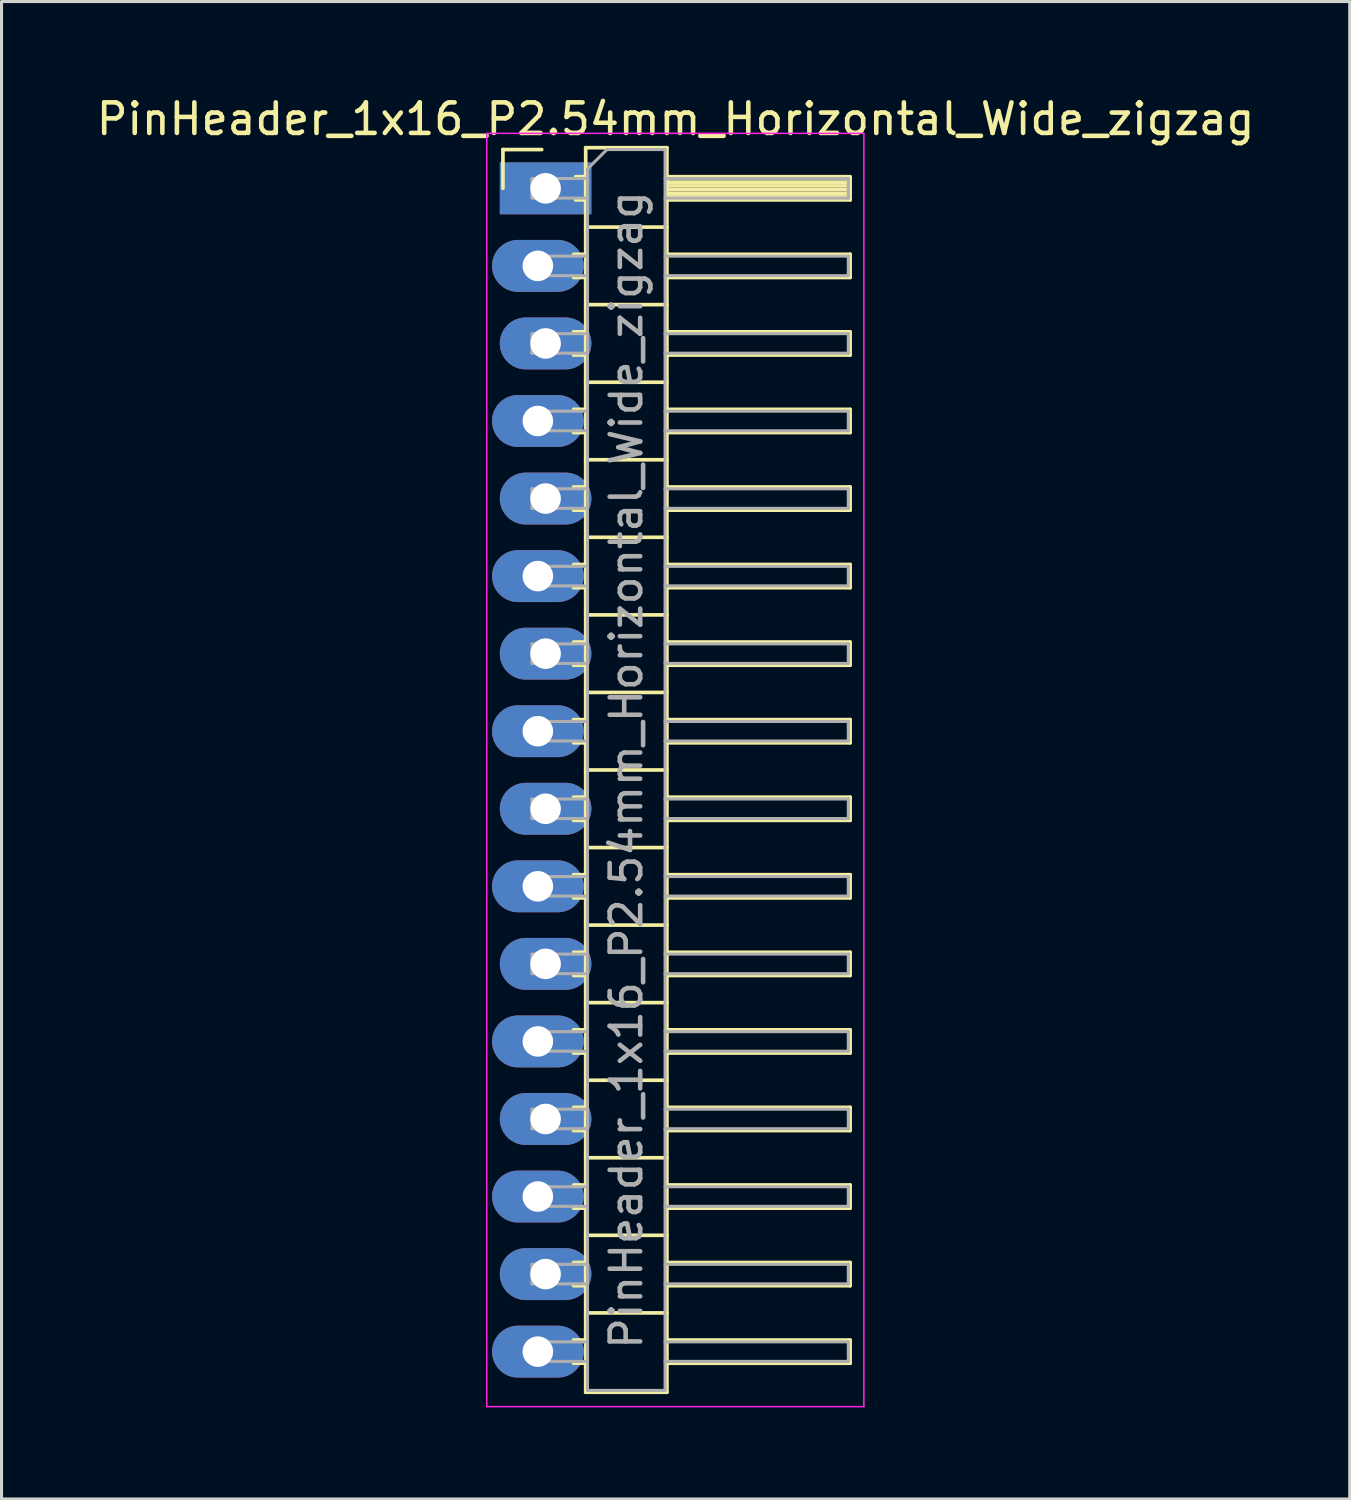
<source format=kicad_pcb>
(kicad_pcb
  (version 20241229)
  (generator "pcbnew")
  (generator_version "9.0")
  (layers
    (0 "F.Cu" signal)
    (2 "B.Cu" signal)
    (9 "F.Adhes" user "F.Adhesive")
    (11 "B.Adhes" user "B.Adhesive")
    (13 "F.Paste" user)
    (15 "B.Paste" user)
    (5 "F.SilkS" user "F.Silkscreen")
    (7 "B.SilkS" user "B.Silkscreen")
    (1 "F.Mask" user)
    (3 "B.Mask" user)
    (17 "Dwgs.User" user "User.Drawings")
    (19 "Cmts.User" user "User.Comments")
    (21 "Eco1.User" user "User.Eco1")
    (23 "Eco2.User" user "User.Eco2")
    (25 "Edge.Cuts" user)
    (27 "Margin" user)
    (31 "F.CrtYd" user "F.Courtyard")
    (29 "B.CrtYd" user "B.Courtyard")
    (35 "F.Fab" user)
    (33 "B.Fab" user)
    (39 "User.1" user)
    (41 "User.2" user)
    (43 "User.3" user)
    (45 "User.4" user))
  (footprint "PinHeader_1x16_P2.54mm_Horizontal_Wide_zigzag"
    (layer "F.Cu")
    (at 14.692 3.118)
    (property "Reference" "PinHeader_1x16_P2.54mm_Horizontal_Wide_zigzag" (at 4.385 -2.27 0) (layer "F.SilkS") (effects (font (size 1 1) (thickness 0.15))))
    (attr through_hole)
    (fp_line (start -1.27 -1.27) (end 0 -1.27) (stroke (width 0.12) (type solid)) (layer "F.SilkS"))
    (fp_line (start -1.27 0) (end -1.27 -1.27) (stroke (width 0.12) (type solid)) (layer "F.SilkS"))
    (fp_line (start 1.043 2.16) (end 1.44 2.16) (stroke (width 0.12) (type solid)) (layer "F.SilkS"))
    (fp_line (start 1.043 2.92) (end 1.44 2.92) (stroke (width 0.12) (type solid)) (layer "F.SilkS"))
    (fp_line (start 1.043 4.7) (end 1.44 4.7) (stroke (width 0.12) (type solid)) (layer "F.SilkS"))
    (fp_line (start 1.043 5.46) (end 1.44 5.46) (stroke (width 0.12) (type solid)) (layer "F.SilkS"))
    (fp_line (start 1.043 7.24) (end 1.44 7.24) (stroke (width 0.12) (type solid)) (layer "F.SilkS"))
    (fp_line (start 1.043 8) (end 1.44 8) (stroke (width 0.12) (type solid)) (layer "F.SilkS"))
    (fp_line (start 1.043 9.78) (end 1.44 9.78) (stroke (width 0.12) (type solid)) (layer "F.SilkS"))
    (fp_line (start 1.043 10.54) (end 1.44 10.54) (stroke (width 0.12) (type solid)) (layer "F.SilkS"))
    (fp_line (start 1.043 12.32) (end 1.44 12.32) (stroke (width 0.12) (type solid)) (layer "F.SilkS"))
    (fp_line (start 1.043 13.08) (end 1.44 13.08) (stroke (width 0.12) (type solid)) (layer "F.SilkS"))
    (fp_line (start 1.043 14.86) (end 1.44 14.86) (stroke (width 0.12) (type solid)) (layer "F.SilkS"))
    (fp_line (start 1.043 15.62) (end 1.44 15.62) (stroke (width 0.12) (type solid)) (layer "F.SilkS"))
    (fp_line (start 1.043 17.4) (end 1.44 17.4) (stroke (width 0.12) (type solid)) (layer "F.SilkS"))
    (fp_line (start 1.043 18.16) (end 1.44 18.16) (stroke (width 0.12) (type solid)) (layer "F.SilkS"))
    (fp_line (start 1.043 19.94) (end 1.44 19.94) (stroke (width 0.12) (type solid)) (layer "F.SilkS"))
    (fp_line (start 1.043 20.7) (end 1.44 20.7) (stroke (width 0.12) (type solid)) (layer "F.SilkS"))
    (fp_line (start 1.043 22.48) (end 1.44 22.48) (stroke (width 0.12) (type solid)) (layer "F.SilkS"))
    (fp_line (start 1.043 23.24) (end 1.44 23.24) (stroke (width 0.12) (type solid)) (layer "F.SilkS"))
    (fp_line (start 1.043 25.02) (end 1.44 25.02) (stroke (width 0.12) (type solid)) (layer "F.SilkS"))
    (fp_line (start 1.043 25.78) (end 1.44 25.78) (stroke (width 0.12) (type solid)) (layer "F.SilkS"))
    (fp_line (start 1.043 27.56) (end 1.44 27.56) (stroke (width 0.12) (type solid)) (layer "F.SilkS"))
    (fp_line (start 1.043 28.32) (end 1.44 28.32) (stroke (width 0.12) (type solid)) (layer "F.SilkS"))
    (fp_line (start 1.043 30.1) (end 1.44 30.1) (stroke (width 0.12) (type solid)) (layer "F.SilkS"))
    (fp_line (start 1.043 30.86) (end 1.44 30.86) (stroke (width 0.12) (type solid)) (layer "F.SilkS"))
    (fp_line (start 1.043 32.64) (end 1.44 32.64) (stroke (width 0.12) (type solid)) (layer "F.SilkS"))
    (fp_line (start 1.043 33.4) (end 1.44 33.4) (stroke (width 0.12) (type solid)) (layer "F.SilkS"))
    (fp_line (start 1.043 35.18) (end 1.44 35.18) (stroke (width 0.12) (type solid)) (layer "F.SilkS"))
    (fp_line (start 1.043 35.94) (end 1.44 35.94) (stroke (width 0.12) (type solid)) (layer "F.SilkS"))
    (fp_line (start 1.043 37.72) (end 1.44 37.72) (stroke (width 0.12) (type solid)) (layer "F.SilkS"))
    (fp_line (start 1.043 38.48) (end 1.44 38.48) (stroke (width 0.12) (type solid)) (layer "F.SilkS"))
    (fp_line (start 1.11 -0.38) (end 1.44 -0.38) (stroke (width 0.12) (type solid)) (layer "F.SilkS"))
    (fp_line (start 1.11 0.38) (end 1.44 0.38) (stroke (width 0.12) (type solid)) (layer "F.SilkS"))
    (fp_line (start 1.44 -1.33) (end 1.44 39.43) (stroke (width 0.12) (type solid)) (layer "F.SilkS"))
    (fp_line (start 1.44 1.27) (end 4.1 1.27) (stroke (width 0.12) (type solid)) (layer "F.SilkS"))
    (fp_line (start 1.44 3.81) (end 4.1 3.81) (stroke (width 0.12) (type solid)) (layer "F.SilkS"))
    (fp_line (start 1.44 6.35) (end 4.1 6.35) (stroke (width 0.12) (type solid)) (layer "F.SilkS"))
    (fp_line (start 1.44 8.89) (end 4.1 8.89) (stroke (width 0.12) (type solid)) (layer "F.SilkS"))
    (fp_line (start 1.44 11.43) (end 4.1 11.43) (stroke (width 0.12) (type solid)) (layer "F.SilkS"))
    (fp_line (start 1.44 13.97) (end 4.1 13.97) (stroke (width 0.12) (type solid)) (layer "F.SilkS"))
    (fp_line (start 1.44 16.51) (end 4.1 16.51) (stroke (width 0.12) (type solid)) (layer "F.SilkS"))
    (fp_line (start 1.44 19.05) (end 4.1 19.05) (stroke (width 0.12) (type solid)) (layer "F.SilkS"))
    (fp_line (start 1.44 21.59) (end 4.1 21.59) (stroke (width 0.12) (type solid)) (layer "F.SilkS"))
    (fp_line (start 1.44 24.13) (end 4.1 24.13) (stroke (width 0.12) (type solid)) (layer "F.SilkS"))
    (fp_line (start 1.44 26.67) (end 4.1 26.67) (stroke (width 0.12) (type solid)) (layer "F.SilkS"))
    (fp_line (start 1.44 29.21) (end 4.1 29.21) (stroke (width 0.12) (type solid)) (layer "F.SilkS"))
    (fp_line (start 1.44 31.75) (end 4.1 31.75) (stroke (width 0.12) (type solid)) (layer "F.SilkS"))
    (fp_line (start 1.44 34.29) (end 4.1 34.29) (stroke (width 0.12) (type solid)) (layer "F.SilkS"))
    (fp_line (start 1.44 36.83) (end 4.1 36.83) (stroke (width 0.12) (type solid)) (layer "F.SilkS"))
    (fp_line (start 1.44 39.43) (end 4.1 39.43) (stroke (width 0.12) (type solid)) (layer "F.SilkS"))
    (fp_line (start 4.1 -1.33) (end 1.44 -1.33) (stroke (width 0.12) (type solid)) (layer "F.SilkS"))
    (fp_line (start 4.1 -0.38) (end 10.1 -0.38) (stroke (width 0.12) (type solid)) (layer "F.SilkS"))
    (fp_line (start 4.1 -0.32) (end 10.1 -0.32) (stroke (width 0.12) (type solid)) (layer "F.SilkS"))
    (fp_line (start 4.1 -0.2) (end 10.1 -0.2) (stroke (width 0.12) (type solid)) (layer "F.SilkS"))
    (fp_line (start 4.1 -0.08) (end 10.1 -0.08) (stroke (width 0.12) (type solid)) (layer "F.SilkS"))
    (fp_line (start 4.1 0.04) (end 10.1 0.04) (stroke (width 0.12) (type solid)) (layer "F.SilkS"))
    (fp_line (start 4.1 0.16) (end 10.1 0.16) (stroke (width 0.12) (type solid)) (layer "F.SilkS"))
    (fp_line (start 4.1 0.28) (end 10.1 0.28) (stroke (width 0.12) (type solid)) (layer "F.SilkS"))
    (fp_line (start 4.1 2.16) (end 10.1 2.16) (stroke (width 0.12) (type solid)) (layer "F.SilkS"))
    (fp_line (start 4.1 4.7) (end 10.1 4.7) (stroke (width 0.12) (type solid)) (layer "F.SilkS"))
    (fp_line (start 4.1 7.24) (end 10.1 7.24) (stroke (width 0.12) (type solid)) (layer "F.SilkS"))
    (fp_line (start 4.1 9.78) (end 10.1 9.78) (stroke (width 0.12) (type solid)) (layer "F.SilkS"))
    (fp_line (start 4.1 12.32) (end 10.1 12.32) (stroke (width 0.12) (type solid)) (layer "F.SilkS"))
    (fp_line (start 4.1 14.86) (end 10.1 14.86) (stroke (width 0.12) (type solid)) (layer "F.SilkS"))
    (fp_line (start 4.1 17.4) (end 10.1 17.4) (stroke (width 0.12) (type solid)) (layer "F.SilkS"))
    (fp_line (start 4.1 19.94) (end 10.1 19.94) (stroke (width 0.12) (type solid)) (layer "F.SilkS"))
    (fp_line (start 4.1 22.48) (end 10.1 22.48) (stroke (width 0.12) (type solid)) (layer "F.SilkS"))
    (fp_line (start 4.1 25.02) (end 10.1 25.02) (stroke (width 0.12) (type solid)) (layer "F.SilkS"))
    (fp_line (start 4.1 27.56) (end 10.1 27.56) (stroke (width 0.12) (type solid)) (layer "F.SilkS"))
    (fp_line (start 4.1 30.1) (end 10.1 30.1) (stroke (width 0.12) (type solid)) (layer "F.SilkS"))
    (fp_line (start 4.1 32.64) (end 10.1 32.64) (stroke (width 0.12) (type solid)) (layer "F.SilkS"))
    (fp_line (start 4.1 35.18) (end 10.1 35.18) (stroke (width 0.12) (type solid)) (layer "F.SilkS"))
    (fp_line (start 4.1 37.72) (end 10.1 37.72) (stroke (width 0.12) (type solid)) (layer "F.SilkS"))
    (fp_line (start 4.1 39.43) (end 4.1 -1.33) (stroke (width 0.12) (type solid)) (layer "F.SilkS"))
    (fp_line (start 10.1 -0.38) (end 10.1 0.38) (stroke (width 0.12) (type solid)) (layer "F.SilkS"))
    (fp_line (start 10.1 0.38) (end 4.1 0.38) (stroke (width 0.12) (type solid)) (layer "F.SilkS"))
    (fp_line (start 10.1 2.16) (end 10.1 2.92) (stroke (width 0.12) (type solid)) (layer "F.SilkS"))
    (fp_line (start 10.1 2.92) (end 4.1 2.92) (stroke (width 0.12) (type solid)) (layer "F.SilkS"))
    (fp_line (start 10.1 4.7) (end 10.1 5.46) (stroke (width 0.12) (type solid)) (layer "F.SilkS"))
    (fp_line (start 10.1 5.46) (end 4.1 5.46) (stroke (width 0.12) (type solid)) (layer "F.SilkS"))
    (fp_line (start 10.1 7.24) (end 10.1 8) (stroke (width 0.12) (type solid)) (layer "F.SilkS"))
    (fp_line (start 10.1 8) (end 4.1 8) (stroke (width 0.12) (type solid)) (layer "F.SilkS"))
    (fp_line (start 10.1 9.78) (end 10.1 10.54) (stroke (width 0.12) (type solid)) (layer "F.SilkS"))
    (fp_line (start 10.1 10.54) (end 4.1 10.54) (stroke (width 0.12) (type solid)) (layer "F.SilkS"))
    (fp_line (start 10.1 12.32) (end 10.1 13.08) (stroke (width 0.12) (type solid)) (layer "F.SilkS"))
    (fp_line (start 10.1 13.08) (end 4.1 13.08) (stroke (width 0.12) (type solid)) (layer "F.SilkS"))
    (fp_line (start 10.1 14.86) (end 10.1 15.62) (stroke (width 0.12) (type solid)) (layer "F.SilkS"))
    (fp_line (start 10.1 15.62) (end 4.1 15.62) (stroke (width 0.12) (type solid)) (layer "F.SilkS"))
    (fp_line (start 10.1 17.4) (end 10.1 18.16) (stroke (width 0.12) (type solid)) (layer "F.SilkS"))
    (fp_line (start 10.1 18.16) (end 4.1 18.16) (stroke (width 0.12) (type solid)) (layer "F.SilkS"))
    (fp_line (start 10.1 19.94) (end 10.1 20.7) (stroke (width 0.12) (type solid)) (layer "F.SilkS"))
    (fp_line (start 10.1 20.7) (end 4.1 20.7) (stroke (width 0.12) (type solid)) (layer "F.SilkS"))
    (fp_line (start 10.1 22.48) (end 10.1 23.24) (stroke (width 0.12) (type solid)) (layer "F.SilkS"))
    (fp_line (start 10.1 23.24) (end 4.1 23.24) (stroke (width 0.12) (type solid)) (layer "F.SilkS"))
    (fp_line (start 10.1 25.02) (end 10.1 25.78) (stroke (width 0.12) (type solid)) (layer "F.SilkS"))
    (fp_line (start 10.1 25.78) (end 4.1 25.78) (stroke (width 0.12) (type solid)) (layer "F.SilkS"))
    (fp_line (start 10.1 27.56) (end 10.1 28.32) (stroke (width 0.12) (type solid)) (layer "F.SilkS"))
    (fp_line (start 10.1 28.32) (end 4.1 28.32) (stroke (width 0.12) (type solid)) (layer "F.SilkS"))
    (fp_line (start 10.1 30.1) (end 10.1 30.86) (stroke (width 0.12) (type solid)) (layer "F.SilkS"))
    (fp_line (start 10.1 30.86) (end 4.1 30.86) (stroke (width 0.12) (type solid)) (layer "F.SilkS"))
    (fp_line (start 10.1 32.64) (end 10.1 33.4) (stroke (width 0.12) (type solid)) (layer "F.SilkS"))
    (fp_line (start 10.1 33.4) (end 4.1 33.4) (stroke (width 0.12) (type solid)) (layer "F.SilkS"))
    (fp_line (start 10.1 35.18) (end 10.1 35.94) (stroke (width 0.12) (type solid)) (layer "F.SilkS"))
    (fp_line (start 10.1 35.94) (end 4.1 35.94) (stroke (width 0.12) (type solid)) (layer "F.SilkS"))
    (fp_line (start 10.1 37.72) (end 10.1 38.48) (stroke (width 0.12) (type solid)) (layer "F.SilkS"))
    (fp_line (start 10.1 38.48) (end 4.1 38.48) (stroke (width 0.12) (type solid)) (layer "F.SilkS"))
    (fp_line (start -1.8 -1.8) (end -1.8 39.9) (stroke (width 0.05) (type solid)) (layer "F.CrtYd"))
    (fp_line (start -1.8 39.9) (end 10.55 39.9) (stroke (width 0.05) (type solid)) (layer "F.CrtYd"))
    (fp_line (start 10.55 -1.8) (end -1.8 -1.8) (stroke (width 0.05) (type solid)) (layer "F.CrtYd"))
    (fp_line (start 10.55 39.9) (end 10.55 -1.8) (stroke (width 0.05) (type solid)) (layer "F.CrtYd"))
    (fp_line (start -0.32 -0.32) (end -0.32 0.32) (stroke (width 0.1) (type solid)) (layer "F.Fab"))
    (fp_line (start -0.32 -0.32) (end 1.5 -0.32) (stroke (width 0.1) (type solid)) (layer "F.Fab"))
    (fp_line (start -0.32 0.32) (end 1.5 0.32) (stroke (width 0.1) (type solid)) (layer "F.Fab"))
    (fp_line (start -0.32 2.22) (end -0.32 2.86) (stroke (width 0.1) (type solid)) (layer "F.Fab"))
    (fp_line (start -0.32 2.22) (end 1.5 2.22) (stroke (width 0.1) (type solid)) (layer "F.Fab"))
    (fp_line (start -0.32 2.86) (end 1.5 2.86) (stroke (width 0.1) (type solid)) (layer "F.Fab"))
    (fp_line (start -0.32 4.76) (end -0.32 5.4) (stroke (width 0.1) (type solid)) (layer "F.Fab"))
    (fp_line (start -0.32 4.76) (end 1.5 4.76) (stroke (width 0.1) (type solid)) (layer "F.Fab"))
    (fp_line (start -0.32 5.4) (end 1.5 5.4) (stroke (width 0.1) (type solid)) (layer "F.Fab"))
    (fp_line (start -0.32 7.3) (end -0.32 7.94) (stroke (width 0.1) (type solid)) (layer "F.Fab"))
    (fp_line (start -0.32 7.3) (end 1.5 7.3) (stroke (width 0.1) (type solid)) (layer "F.Fab"))
    (fp_line (start -0.32 7.94) (end 1.5 7.94) (stroke (width 0.1) (type solid)) (layer "F.Fab"))
    (fp_line (start -0.32 9.84) (end -0.32 10.48) (stroke (width 0.1) (type solid)) (layer "F.Fab"))
    (fp_line (start -0.32 9.84) (end 1.5 9.84) (stroke (width 0.1) (type solid)) (layer "F.Fab"))
    (fp_line (start -0.32 10.48) (end 1.5 10.48) (stroke (width 0.1) (type solid)) (layer "F.Fab"))
    (fp_line (start -0.32 12.38) (end -0.32 13.02) (stroke (width 0.1) (type solid)) (layer "F.Fab"))
    (fp_line (start -0.32 12.38) (end 1.5 12.38) (stroke (width 0.1) (type solid)) (layer "F.Fab"))
    (fp_line (start -0.32 13.02) (end 1.5 13.02) (stroke (width 0.1) (type solid)) (layer "F.Fab"))
    (fp_line (start -0.32 14.92) (end -0.32 15.56) (stroke (width 0.1) (type solid)) (layer "F.Fab"))
    (fp_line (start -0.32 14.92) (end 1.5 14.92) (stroke (width 0.1) (type solid)) (layer "F.Fab"))
    (fp_line (start -0.32 15.56) (end 1.5 15.56) (stroke (width 0.1) (type solid)) (layer "F.Fab"))
    (fp_line (start -0.32 17.46) (end -0.32 18.1) (stroke (width 0.1) (type solid)) (layer "F.Fab"))
    (fp_line (start -0.32 17.46) (end 1.5 17.46) (stroke (width 0.1) (type solid)) (layer "F.Fab"))
    (fp_line (start -0.32 18.1) (end 1.5 18.1) (stroke (width 0.1) (type solid)) (layer "F.Fab"))
    (fp_line (start -0.32 20) (end -0.32 20.64) (stroke (width 0.1) (type solid)) (layer "F.Fab"))
    (fp_line (start -0.32 20) (end 1.5 20) (stroke (width 0.1) (type solid)) (layer "F.Fab"))
    (fp_line (start -0.32 20.64) (end 1.5 20.64) (stroke (width 0.1) (type solid)) (layer "F.Fab"))
    (fp_line (start -0.32 22.54) (end -0.32 23.18) (stroke (width 0.1) (type solid)) (layer "F.Fab"))
    (fp_line (start -0.32 22.54) (end 1.5 22.54) (stroke (width 0.1) (type solid)) (layer "F.Fab"))
    (fp_line (start -0.32 23.18) (end 1.5 23.18) (stroke (width 0.1) (type solid)) (layer "F.Fab"))
    (fp_line (start -0.32 25.08) (end -0.32 25.72) (stroke (width 0.1) (type solid)) (layer "F.Fab"))
    (fp_line (start -0.32 25.08) (end 1.5 25.08) (stroke (width 0.1) (type solid)) (layer "F.Fab"))
    (fp_line (start -0.32 25.72) (end 1.5 25.72) (stroke (width 0.1) (type solid)) (layer "F.Fab"))
    (fp_line (start -0.32 27.62) (end -0.32 28.26) (stroke (width 0.1) (type solid)) (layer "F.Fab"))
    (fp_line (start -0.32 27.62) (end 1.5 27.62) (stroke (width 0.1) (type solid)) (layer "F.Fab"))
    (fp_line (start -0.32 28.26) (end 1.5 28.26) (stroke (width 0.1) (type solid)) (layer "F.Fab"))
    (fp_line (start -0.32 30.16) (end -0.32 30.8) (stroke (width 0.1) (type solid)) (layer "F.Fab"))
    (fp_line (start -0.32 30.16) (end 1.5 30.16) (stroke (width 0.1) (type solid)) (layer "F.Fab"))
    (fp_line (start -0.32 30.8) (end 1.5 30.8) (stroke (width 0.1) (type solid)) (layer "F.Fab"))
    (fp_line (start -0.32 32.7) (end -0.32 33.34) (stroke (width 0.1) (type solid)) (layer "F.Fab"))
    (fp_line (start -0.32 32.7) (end 1.5 32.7) (stroke (width 0.1) (type solid)) (layer "F.Fab"))
    (fp_line (start -0.32 33.34) (end 1.5 33.34) (stroke (width 0.1) (type solid)) (layer "F.Fab"))
    (fp_line (start -0.32 35.24) (end -0.32 35.88) (stroke (width 0.1) (type solid)) (layer "F.Fab"))
    (fp_line (start -0.32 35.24) (end 1.5 35.24) (stroke (width 0.1) (type solid)) (layer "F.Fab"))
    (fp_line (start -0.32 35.88) (end 1.5 35.88) (stroke (width 0.1) (type solid)) (layer "F.Fab"))
    (fp_line (start -0.32 37.78) (end -0.32 38.42) (stroke (width 0.1) (type solid)) (layer "F.Fab"))
    (fp_line (start -0.32 37.78) (end 1.5 37.78) (stroke (width 0.1) (type solid)) (layer "F.Fab"))
    (fp_line (start -0.32 38.42) (end 1.5 38.42) (stroke (width 0.1) (type solid)) (layer "F.Fab"))
    (fp_line (start 1.5 -0.635) (end 2.135 -1.27) (stroke (width 0.1) (type solid)) (layer "F.Fab"))
    (fp_line (start 1.5 39.37) (end 1.5 -0.635) (stroke (width 0.1) (type solid)) (layer "F.Fab"))
    (fp_line (start 2.135 -1.27) (end 4.04 -1.27) (stroke (width 0.1) (type solid)) (layer "F.Fab"))
    (fp_line (start 4.04 -1.27) (end 4.04 39.37) (stroke (width 0.1) (type solid)) (layer "F.Fab"))
    (fp_line (start 4.04 -0.32) (end 10.04 -0.32) (stroke (width 0.1) (type solid)) (layer "F.Fab"))
    (fp_line (start 4.04 0.32) (end 10.04 0.32) (stroke (width 0.1) (type solid)) (layer "F.Fab"))
    (fp_line (start 4.04 2.22) (end 10.04 2.22) (stroke (width 0.1) (type solid)) (layer "F.Fab"))
    (fp_line (start 4.04 2.86) (end 10.04 2.86) (stroke (width 0.1) (type solid)) (layer "F.Fab"))
    (fp_line (start 4.04 4.76) (end 10.04 4.76) (stroke (width 0.1) (type solid)) (layer "F.Fab"))
    (fp_line (start 4.04 5.4) (end 10.04 5.4) (stroke (width 0.1) (type solid)) (layer "F.Fab"))
    (fp_line (start 4.04 7.3) (end 10.04 7.3) (stroke (width 0.1) (type solid)) (layer "F.Fab"))
    (fp_line (start 4.04 7.94) (end 10.04 7.94) (stroke (width 0.1) (type solid)) (layer "F.Fab"))
    (fp_line (start 4.04 9.84) (end 10.04 9.84) (stroke (width 0.1) (type solid)) (layer "F.Fab"))
    (fp_line (start 4.04 10.48) (end 10.04 10.48) (stroke (width 0.1) (type solid)) (layer "F.Fab"))
    (fp_line (start 4.04 12.38) (end 10.04 12.38) (stroke (width 0.1) (type solid)) (layer "F.Fab"))
    (fp_line (start 4.04 13.02) (end 10.04 13.02) (stroke (width 0.1) (type solid)) (layer "F.Fab"))
    (fp_line (start 4.04 14.92) (end 10.04 14.92) (stroke (width 0.1) (type solid)) (layer "F.Fab"))
    (fp_line (start 4.04 15.56) (end 10.04 15.56) (stroke (width 0.1) (type solid)) (layer "F.Fab"))
    (fp_line (start 4.04 17.46) (end 10.04 17.46) (stroke (width 0.1) (type solid)) (layer "F.Fab"))
    (fp_line (start 4.04 18.1) (end 10.04 18.1) (stroke (width 0.1) (type solid)) (layer "F.Fab"))
    (fp_line (start 4.04 20) (end 10.04 20) (stroke (width 0.1) (type solid)) (layer "F.Fab"))
    (fp_line (start 4.04 20.64) (end 10.04 20.64) (stroke (width 0.1) (type solid)) (layer "F.Fab"))
    (fp_line (start 4.04 22.54) (end 10.04 22.54) (stroke (width 0.1) (type solid)) (layer "F.Fab"))
    (fp_line (start 4.04 23.18) (end 10.04 23.18) (stroke (width 0.1) (type solid)) (layer "F.Fab"))
    (fp_line (start 4.04 25.08) (end 10.04 25.08) (stroke (width 0.1) (type solid)) (layer "F.Fab"))
    (fp_line (start 4.04 25.72) (end 10.04 25.72) (stroke (width 0.1) (type solid)) (layer "F.Fab"))
    (fp_line (start 4.04 27.62) (end 10.04 27.62) (stroke (width 0.1) (type solid)) (layer "F.Fab"))
    (fp_line (start 4.04 28.26) (end 10.04 28.26) (stroke (width 0.1) (type solid)) (layer "F.Fab"))
    (fp_line (start 4.04 30.16) (end 10.04 30.16) (stroke (width 0.1) (type solid)) (layer "F.Fab"))
    (fp_line (start 4.04 30.8) (end 10.04 30.8) (stroke (width 0.1) (type solid)) (layer "F.Fab"))
    (fp_line (start 4.04 32.7) (end 10.04 32.7) (stroke (width 0.1) (type solid)) (layer "F.Fab"))
    (fp_line (start 4.04 33.34) (end 10.04 33.34) (stroke (width 0.1) (type solid)) (layer "F.Fab"))
    (fp_line (start 4.04 35.24) (end 10.04 35.24) (stroke (width 0.1) (type solid)) (layer "F.Fab"))
    (fp_line (start 4.04 35.88) (end 10.04 35.88) (stroke (width 0.1) (type solid)) (layer "F.Fab"))
    (fp_line (start 4.04 37.78) (end 10.04 37.78) (stroke (width 0.1) (type solid)) (layer "F.Fab"))
    (fp_line (start 4.04 38.42) (end 10.04 38.42) (stroke (width 0.1) (type solid)) (layer "F.Fab"))
    (fp_line (start 4.04 39.37) (end 1.5 39.37) (stroke (width 0.1) (type solid)) (layer "F.Fab"))
    (fp_line (start 10.04 -0.32) (end 10.04 0.32) (stroke (width 0.1) (type solid)) (layer "F.Fab"))
    (fp_line (start 10.04 2.22) (end 10.04 2.86) (stroke (width 0.1) (type solid)) (layer "F.Fab"))
    (fp_line (start 10.04 4.76) (end 10.04 5.4) (stroke (width 0.1) (type solid)) (layer "F.Fab"))
    (fp_line (start 10.04 7.3) (end 10.04 7.94) (stroke (width 0.1) (type solid)) (layer "F.Fab"))
    (fp_line (start 10.04 9.84) (end 10.04 10.48) (stroke (width 0.1) (type solid)) (layer "F.Fab"))
    (fp_line (start 10.04 12.38) (end 10.04 13.02) (stroke (width 0.1) (type solid)) (layer "F.Fab"))
    (fp_line (start 10.04 14.92) (end 10.04 15.56) (stroke (width 0.1) (type solid)) (layer "F.Fab"))
    (fp_line (start 10.04 17.46) (end 10.04 18.1) (stroke (width 0.1) (type solid)) (layer "F.Fab"))
    (fp_line (start 10.04 20) (end 10.04 20.64) (stroke (width 0.1) (type solid)) (layer "F.Fab"))
    (fp_line (start 10.04 22.54) (end 10.04 23.18) (stroke (width 0.1) (type solid)) (layer "F.Fab"))
    (fp_line (start 10.04 25.08) (end 10.04 25.72) (stroke (width 0.1) (type solid)) (layer "F.Fab"))
    (fp_line (start 10.04 27.62) (end 10.04 28.26) (stroke (width 0.1) (type solid)) (layer "F.Fab"))
    (fp_line (start 10.04 30.16) (end 10.04 30.8) (stroke (width 0.1) (type solid)) (layer "F.Fab"))
    (fp_line (start 10.04 32.7) (end 10.04 33.34) (stroke (width 0.1) (type solid)) (layer "F.Fab"))
    (fp_line (start 10.04 35.24) (end 10.04 35.88) (stroke (width 0.1) (type solid)) (layer "F.Fab"))
    (fp_line (start 10.04 37.78) (end 10.04 38.42) (stroke (width 0.1) (type solid)) (layer "F.Fab"))
    (fp_text user "${REFERENCE}" (at 2.77 19.05 90) (layer "F.Fab") (effects (font (size 1 1) (thickness 0.15))))
    (pad "1" thru_hole rect (at 0.127 0) (size 3 1.7) (drill 1) (layers "*.Cu" "*.Mask"))
    (pad "2" thru_hole oval (at -0.127 2.54) (size 3 1.7) (drill 1) (layers "*.Cu" "*.Mask"))
    (pad "3" thru_hole oval (at 0.127 5.08) (size 3 1.7) (drill 1) (layers "*.Cu" "*.Mask"))
    (pad "4" thru_hole oval (at -0.127 7.62) (size 3 1.7) (drill 1) (layers "*.Cu" "*.Mask"))
    (pad "5" thru_hole oval (at 0.127 10.16) (size 3 1.7) (drill 1) (layers "*.Cu" "*.Mask"))
    (pad "6" thru_hole oval (at -0.127 12.7) (size 3 1.7) (drill 1) (layers "*.Cu" "*.Mask"))
    (pad "7" thru_hole oval (at 0.127 15.24) (size 3 1.7) (drill 1) (layers "*.Cu" "*.Mask"))
    (pad "8" thru_hole oval (at -0.127 17.78) (size 3 1.7) (drill 1) (layers "*.Cu" "*.Mask"))
    (pad "9" thru_hole oval (at 0.127 20.32) (size 3 1.7) (drill 1) (layers "*.Cu" "*.Mask"))
    (pad "10" thru_hole oval (at -0.127 22.86) (size 3 1.7) (drill 1) (layers "*.Cu" "*.Mask"))
    (pad "11" thru_hole oval (at 0.127 25.4) (size 3 1.7) (drill 1) (layers "*.Cu" "*.Mask"))
    (pad "12" thru_hole oval (at -0.127 27.94) (size 3 1.7) (drill 1) (layers "*.Cu" "*.Mask"))
    (pad "13" thru_hole oval (at 0.127 30.48) (size 3 1.7) (drill 1) (layers "*.Cu" "*.Mask"))
    (pad "14" thru_hole oval (at -0.127 33.02) (size 3 1.7) (drill 1) (layers "*.Cu" "*.Mask"))
    (pad "15" thru_hole oval (at 0.127 35.56) (size 3 1.7) (drill 1) (layers "*.Cu" "*.Mask"))
    (pad "16" thru_hole oval (at -0.127 38.1) (size 3 1.7) (drill 1) (layers "*.Cu" "*.Mask")))
  (gr_rect
    (start -3 -3)
    (end 41.155 46.043)
    (stroke (width 0.1) (type default))
    (fill no)
    (layer "Edge.Cuts")))
</source>
